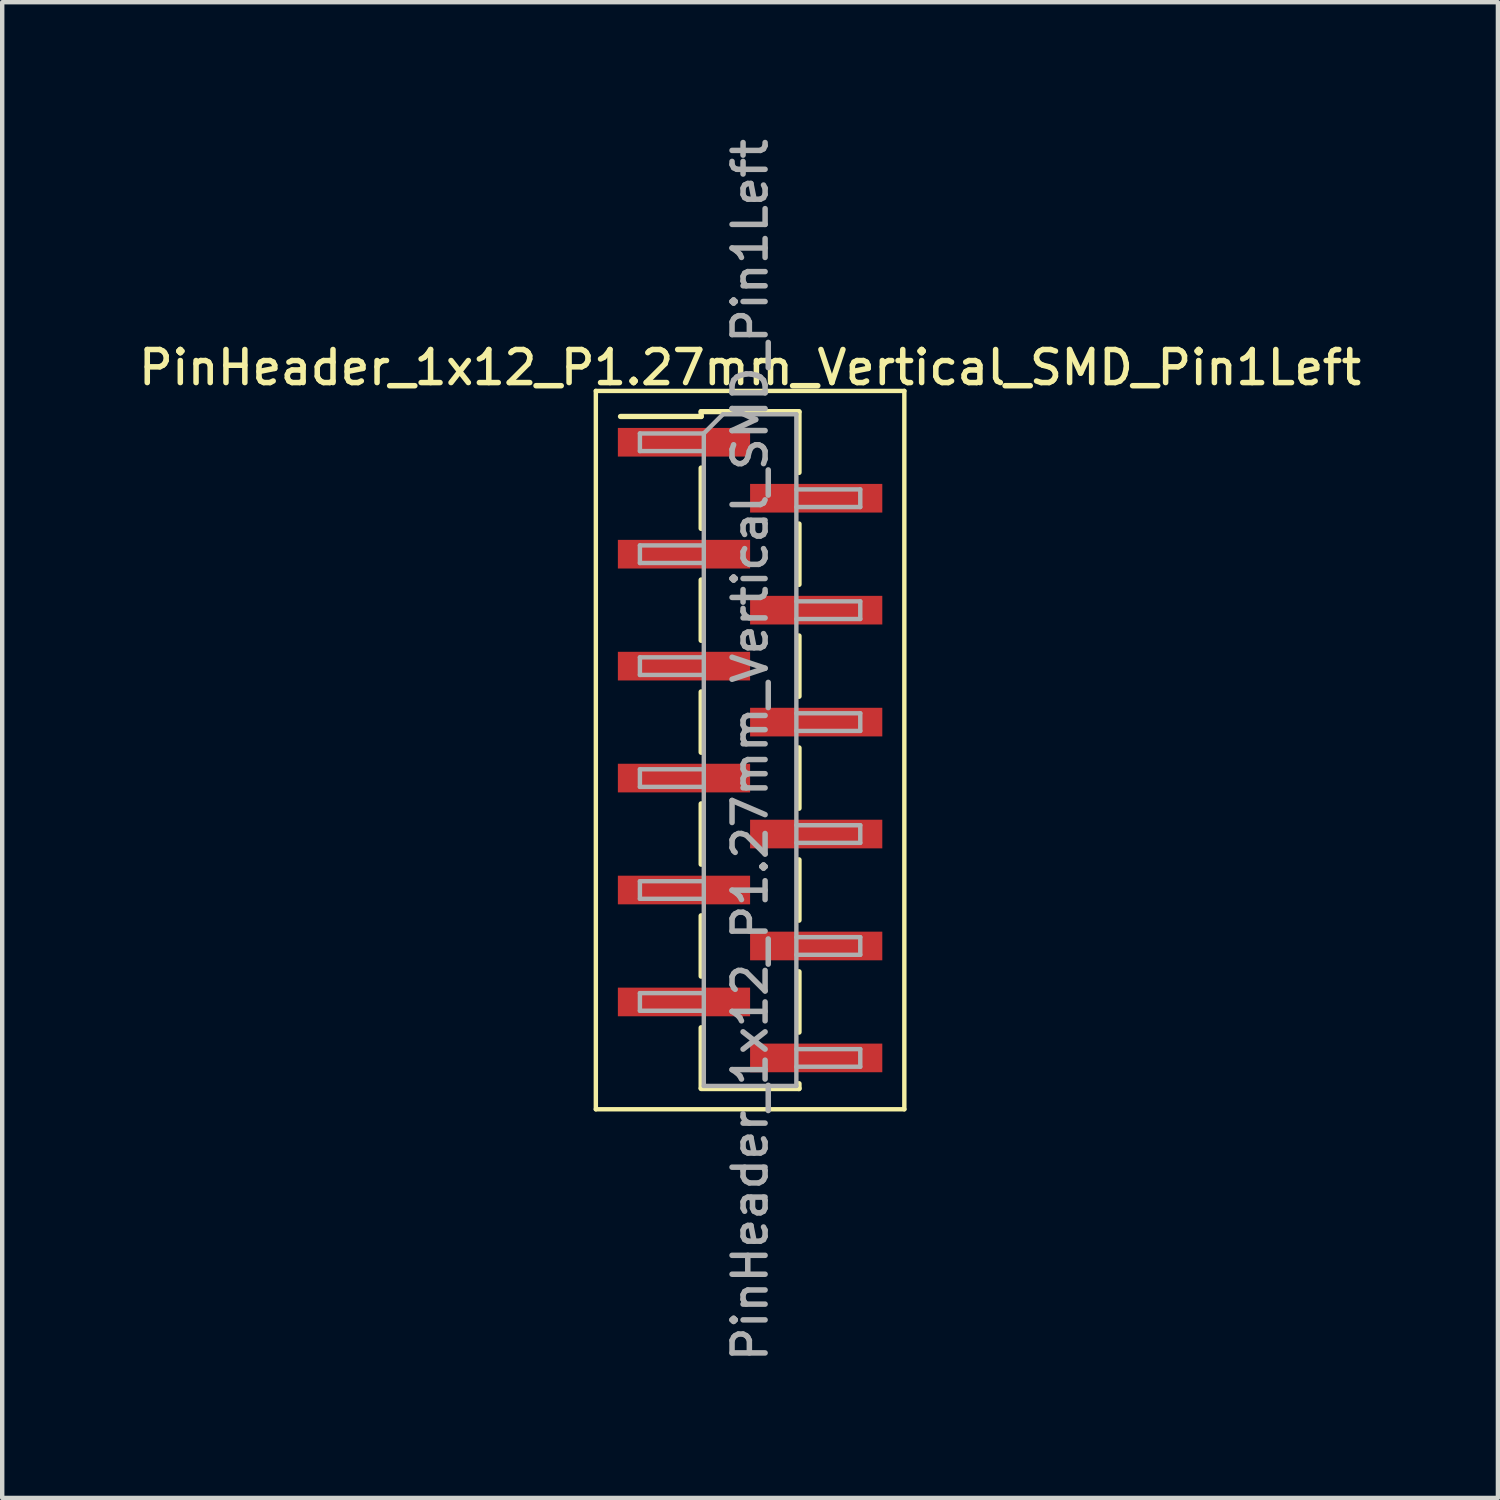
<source format=kicad_pcb>
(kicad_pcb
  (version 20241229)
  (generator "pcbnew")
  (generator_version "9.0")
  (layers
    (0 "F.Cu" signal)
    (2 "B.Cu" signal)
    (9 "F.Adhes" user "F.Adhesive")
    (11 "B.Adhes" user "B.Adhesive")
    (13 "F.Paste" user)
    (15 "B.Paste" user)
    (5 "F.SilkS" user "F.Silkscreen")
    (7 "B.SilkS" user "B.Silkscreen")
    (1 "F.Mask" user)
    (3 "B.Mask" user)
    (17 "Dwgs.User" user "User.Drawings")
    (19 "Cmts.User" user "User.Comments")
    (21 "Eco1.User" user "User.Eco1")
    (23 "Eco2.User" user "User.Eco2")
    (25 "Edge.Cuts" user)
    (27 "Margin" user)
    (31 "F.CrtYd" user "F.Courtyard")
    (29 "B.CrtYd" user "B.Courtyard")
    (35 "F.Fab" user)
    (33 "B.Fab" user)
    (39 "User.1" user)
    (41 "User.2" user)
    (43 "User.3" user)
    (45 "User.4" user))
  (footprint "PinHeader_1x12_P1.27mm_Vertical_SMD_Pin1Left"
    (layer "F.Cu")
    (at 13.97 13.97)
    (property "Reference" "PinHeader_1x12_P1.27mm_Vertical_SMD_Pin1Left" (at 0 -8.68 0) (layer "F.SilkS") (effects (font (size 0.75 0.75) (thickness 0.125))))
    (attr smd)
    (fp_line (start -3.5 -8.15) (end -3.5 8.15) (stroke (width 0.1) (type solid)) (layer "F.SilkS"))
    (fp_line (start -3.5 8.15) (end 3.5 8.15) (stroke (width 0.1) (type solid)) (layer "F.SilkS"))
    (fp_line (start -1.11 -7.68) (end -1.11 -7.57) (stroke (width 0.12) (type solid)) (layer "F.SilkS"))
    (fp_line (start -1.11 -7.68) (end 1.11 -7.68) (stroke (width 0.12) (type solid)) (layer "F.SilkS"))
    (fp_line (start -1.11 -7.57) (end -2.94 -7.57) (stroke (width 0.12) (type solid)) (layer "F.SilkS"))
    (fp_line (start -1.11 -6.4) (end -1.11 -5.03) (stroke (width 0.12) (type solid)) (layer "F.SilkS"))
    (fp_line (start -1.11 -3.86) (end -1.11 -2.49) (stroke (width 0.12) (type solid)) (layer "F.SilkS"))
    (fp_line (start -1.11 -1.32) (end -1.11 0.05) (stroke (width 0.12) (type solid)) (layer "F.SilkS"))
    (fp_line (start -1.11 1.22) (end -1.11 2.59) (stroke (width 0.12) (type solid)) (layer "F.SilkS"))
    (fp_line (start -1.11 3.76) (end -1.11 5.13) (stroke (width 0.12) (type solid)) (layer "F.SilkS"))
    (fp_line (start -1.11 6.3) (end -1.11 7.67) (stroke (width 0.12) (type solid)) (layer "F.SilkS"))
    (fp_line (start -1.11 7.68) (end 1.11 7.68) (stroke (width 0.12) (type solid)) (layer "F.SilkS"))
    (fp_line (start 1.11 -7.67) (end 1.11 -6.3) (stroke (width 0.12) (type solid)) (layer "F.SilkS"))
    (fp_line (start 1.11 -5.13) (end 1.11 -3.76) (stroke (width 0.12) (type solid)) (layer "F.SilkS"))
    (fp_line (start 1.11 -2.59) (end 1.11 -1.22) (stroke (width 0.12) (type solid)) (layer "F.SilkS"))
    (fp_line (start 1.11 -0.05) (end 1.11 1.32) (stroke (width 0.12) (type solid)) (layer "F.SilkS"))
    (fp_line (start 1.11 2.49) (end 1.11 3.86) (stroke (width 0.12) (type solid)) (layer "F.SilkS"))
    (fp_line (start 1.11 5.03) (end 1.11 6.4) (stroke (width 0.12) (type solid)) (layer "F.SilkS"))
    (fp_line (start 1.11 7.57) (end 1.11 7.68) (stroke (width 0.12) (type solid)) (layer "F.SilkS"))
    (fp_line (start 3.5 -8.15) (end -3.5 -8.15) (stroke (width 0.1) (type solid)) (layer "F.SilkS"))
    (fp_line (start 3.5 8.15) (end 3.5 -8.15) (stroke (width 0.1) (type solid)) (layer "F.SilkS"))
    (fp_line (start -2.5 -7.185) (end -2.5 -6.785) (stroke (width 0.1) (type solid)) (layer "F.Fab"))
    (fp_line (start -2.5 -6.785) (end -1.05 -6.785) (stroke (width 0.1) (type solid)) (layer "F.Fab"))
    (fp_line (start -2.5 -4.645) (end -2.5 -4.245) (stroke (width 0.1) (type solid)) (layer "F.Fab"))
    (fp_line (start -2.5 -4.245) (end -1.05 -4.245) (stroke (width 0.1) (type solid)) (layer "F.Fab"))
    (fp_line (start -2.5 -2.105) (end -2.5 -1.705) (stroke (width 0.1) (type solid)) (layer "F.Fab"))
    (fp_line (start -2.5 -1.705) (end -1.05 -1.705) (stroke (width 0.1) (type solid)) (layer "F.Fab"))
    (fp_line (start -2.5 0.435) (end -2.5 0.835) (stroke (width 0.1) (type solid)) (layer "F.Fab"))
    (fp_line (start -2.5 0.835) (end -1.05 0.835) (stroke (width 0.1) (type solid)) (layer "F.Fab"))
    (fp_line (start -2.5 2.975) (end -2.5 3.375) (stroke (width 0.1) (type solid)) (layer "F.Fab"))
    (fp_line (start -2.5 3.375) (end -1.05 3.375) (stroke (width 0.1) (type solid)) (layer "F.Fab"))
    (fp_line (start -2.5 5.515) (end -2.5 5.915) (stroke (width 0.1) (type solid)) (layer "F.Fab"))
    (fp_line (start -2.5 5.915) (end -1.05 5.915) (stroke (width 0.1) (type solid)) (layer "F.Fab"))
    (fp_line (start -1.05 -7.185) (end -2.5 -7.185) (stroke (width 0.1) (type solid)) (layer "F.Fab"))
    (fp_line (start -1.05 -7.185) (end -0.615 -7.62) (stroke (width 0.1) (type solid)) (layer "F.Fab"))
    (fp_line (start -1.05 -4.645) (end -2.5 -4.645) (stroke (width 0.1) (type solid)) (layer "F.Fab"))
    (fp_line (start -1.05 -2.105) (end -2.5 -2.105) (stroke (width 0.1) (type solid)) (layer "F.Fab"))
    (fp_line (start -1.05 0.435) (end -2.5 0.435) (stroke (width 0.1) (type solid)) (layer "F.Fab"))
    (fp_line (start -1.05 2.975) (end -2.5 2.975) (stroke (width 0.1) (type solid)) (layer "F.Fab"))
    (fp_line (start -1.05 5.515) (end -2.5 5.515) (stroke (width 0.1) (type solid)) (layer "F.Fab"))
    (fp_line (start -1.05 7.62) (end -1.05 -7.185) (stroke (width 0.1) (type solid)) (layer "F.Fab"))
    (fp_line (start -0.615 -7.62) (end 1.05 -7.62) (stroke (width 0.1) (type solid)) (layer "F.Fab"))
    (fp_line (start 1.05 -7.62) (end 1.05 7.62) (stroke (width 0.1) (type solid)) (layer "F.Fab"))
    (fp_line (start 1.05 -5.915) (end 2.5 -5.915) (stroke (width 0.1) (type solid)) (layer "F.Fab"))
    (fp_line (start 1.05 -3.375) (end 2.5 -3.375) (stroke (width 0.1) (type solid)) (layer "F.Fab"))
    (fp_line (start 1.05 -0.835) (end 2.5 -0.835) (stroke (width 0.1) (type solid)) (layer "F.Fab"))
    (fp_line (start 1.05 1.705) (end 2.5 1.705) (stroke (width 0.1) (type solid)) (layer "F.Fab"))
    (fp_line (start 1.05 4.245) (end 2.5 4.245) (stroke (width 0.1) (type solid)) (layer "F.Fab"))
    (fp_line (start 1.05 6.785) (end 2.5 6.785) (stroke (width 0.1) (type solid)) (layer "F.Fab"))
    (fp_line (start 1.05 7.62) (end -1.05 7.62) (stroke (width 0.1) (type solid)) (layer "F.Fab"))
    (fp_line (start 2.5 -5.915) (end 2.5 -5.515) (stroke (width 0.1) (type solid)) (layer "F.Fab"))
    (fp_line (start 2.5 -5.515) (end 1.05 -5.515) (stroke (width 0.1) (type solid)) (layer "F.Fab"))
    (fp_line (start 2.5 -3.375) (end 2.5 -2.975) (stroke (width 0.1) (type solid)) (layer "F.Fab"))
    (fp_line (start 2.5 -2.975) (end 1.05 -2.975) (stroke (width 0.1) (type solid)) (layer "F.Fab"))
    (fp_line (start 2.5 -0.835) (end 2.5 -0.435) (stroke (width 0.1) (type solid)) (layer "F.Fab"))
    (fp_line (start 2.5 -0.435) (end 1.05 -0.435) (stroke (width 0.1) (type solid)) (layer "F.Fab"))
    (fp_line (start 2.5 1.705) (end 2.5 2.105) (stroke (width 0.1) (type solid)) (layer "F.Fab"))
    (fp_line (start 2.5 2.105) (end 1.05 2.105) (stroke (width 0.1) (type solid)) (layer "F.Fab"))
    (fp_line (start 2.5 4.245) (end 2.5 4.645) (stroke (width 0.1) (type solid)) (layer "F.Fab"))
    (fp_line (start 2.5 4.645) (end 1.05 4.645) (stroke (width 0.1) (type solid)) (layer "F.Fab"))
    (fp_line (start 2.5 6.785) (end 2.5 7.185) (stroke (width 0.1) (type solid)) (layer "F.Fab"))
    (fp_line (start 2.5 7.185) (end 1.05 7.185) (stroke (width 0.1) (type solid)) (layer "F.Fab"))
    (fp_text user "${REFERENCE}" (at 0 0 90) (layer "F.Fab") (effects (font (size 0.75 0.75) (thickness 0.125))))
    (pad "1" smd rect (at -1.5 -6.985) (size 3 0.65) (layers "F.Cu" "F.Mask" "F.Paste"))
    (pad "2" smd rect (at 1.5 -5.715) (size 3 0.65) (layers "F.Cu" "F.Mask" "F.Paste"))
    (pad "3" smd rect (at -1.5 -4.445) (size 3 0.65) (layers "F.Cu" "F.Mask" "F.Paste"))
    (pad "4" smd rect (at 1.5 -3.175) (size 3 0.65) (layers "F.Cu" "F.Mask" "F.Paste"))
    (pad "5" smd rect (at -1.5 -1.905) (size 3 0.65) (layers "F.Cu" "F.Mask" "F.Paste"))
    (pad "6" smd rect (at 1.5 -0.635) (size 3 0.65) (layers "F.Cu" "F.Mask" "F.Paste"))
    (pad "7" smd rect (at -1.5 0.635) (size 3 0.65) (layers "F.Cu" "F.Mask" "F.Paste"))
    (pad "8" smd rect (at 1.5 1.905) (size 3 0.65) (layers "F.Cu" "F.Mask" "F.Paste"))
    (pad "9" smd rect (at -1.5 3.175) (size 3 0.65) (layers "F.Cu" "F.Mask" "F.Paste"))
    (pad "10" smd rect (at 1.5 4.445) (size 3 0.65) (layers "F.Cu" "F.Mask" "F.Paste"))
    (pad "11" smd rect (at -1.5 5.715) (size 3 0.65) (layers "F.Cu" "F.Mask" "F.Paste"))
    (pad "12" smd rect (at 1.5 6.985) (size 3 0.65) (layers "F.Cu" "F.Mask" "F.Paste")))
  (gr_rect
    (start -3 -3)
    (end 30.939 30.939)
    (stroke (width 0.1) (type default))
    (fill no)
    (layer "Edge.Cuts")))
</source>
